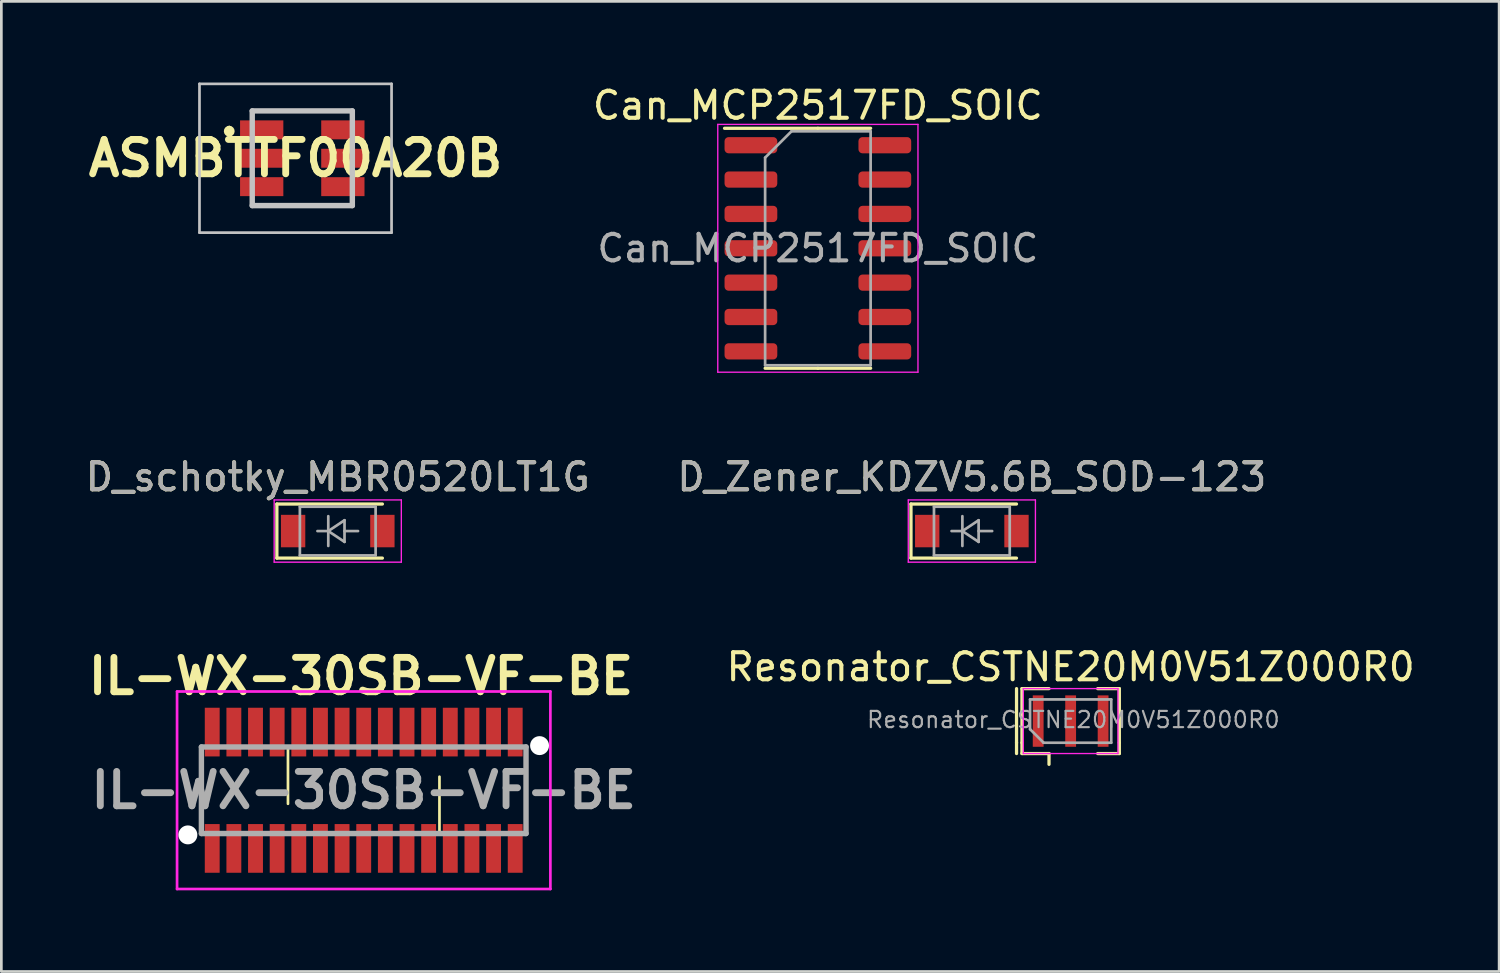
<source format=kicad_pcb>
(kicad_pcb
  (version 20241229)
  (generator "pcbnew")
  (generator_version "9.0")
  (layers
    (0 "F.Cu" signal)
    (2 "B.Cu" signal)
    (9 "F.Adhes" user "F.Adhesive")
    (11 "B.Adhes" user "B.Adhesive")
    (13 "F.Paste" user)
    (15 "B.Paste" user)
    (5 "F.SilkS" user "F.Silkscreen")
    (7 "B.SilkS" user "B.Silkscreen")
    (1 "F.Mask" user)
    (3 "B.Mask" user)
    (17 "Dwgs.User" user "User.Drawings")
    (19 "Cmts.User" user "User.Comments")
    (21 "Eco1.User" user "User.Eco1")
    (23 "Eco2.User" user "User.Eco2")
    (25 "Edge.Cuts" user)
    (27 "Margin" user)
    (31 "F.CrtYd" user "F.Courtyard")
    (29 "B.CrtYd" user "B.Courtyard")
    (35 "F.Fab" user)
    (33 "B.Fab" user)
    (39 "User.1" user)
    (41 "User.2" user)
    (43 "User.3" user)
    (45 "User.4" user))
  (footprint "Resonator_CSTNE20M0V51Z000R0"
    (layer "F.Cu")
    (at 36.527 23.605)
    (property "Reference" "Resonator_CSTNE20M0V51Z000R0" (at 0 -2 0) (layer "F.SilkS") (effects (font (size 1 1) (thickness 0.15))))
    (attr smd)
    (fp_line (start -2 -1.2) (end -2 0.8) (stroke (width 0.12) (type solid)) (layer "F.SilkS"))
    (fp_line (start -2 0.8) (end -2 1.2) (stroke (width 0.12) (type solid)) (layer "F.SilkS"))
    (fp_line (start -1.8 -1.2) (end -0.8 -1.2) (stroke (width 0.12) (type solid)) (layer "F.SilkS"))
    (fp_line (start -1.8 0.8) (end -1.8 -1.2) (stroke (width 0.12) (type solid)) (layer "F.SilkS"))
    (fp_line (start -1.8 0.8) (end -1.8 1.2) (stroke (width 0.12) (type solid)) (layer "F.SilkS"))
    (fp_line (start -0.8 1.2) (end -1.8 1.2) (stroke (width 0.12) (type solid)) (layer "F.SilkS"))
    (fp_line (start -0.8 1.2) (end -0.8 1.6) (stroke (width 0.12) (type solid)) (layer "F.SilkS"))
    (fp_line (start 1 -1.2) (end 1.8 -1.2) (stroke (width 0.12) (type solid)) (layer "F.SilkS"))
    (fp_line (start 1.8 -1.2) (end 1.8 0.8) (stroke (width 0.12) (type solid)) (layer "F.SilkS"))
    (fp_line (start 1.8 0.8) (end 1.8 1.2) (stroke (width 0.12) (type solid)) (layer "F.SilkS"))
    (fp_line (start 1.8 1.2) (end 1 1.2) (stroke (width 0.12) (type solid)) (layer "F.SilkS"))
    (fp_line (start -1.75 -1.2) (end 1.75 -1.2) (stroke (width 0.05) (type solid)) (layer "F.CrtYd"))
    (fp_line (start -1.75 1.2) (end -1.75 -1.2) (stroke (width 0.05) (type solid)) (layer "F.CrtYd"))
    (fp_line (start 1.75 -1.2) (end 1.75 1.2) (stroke (width 0.05) (type solid)) (layer "F.CrtYd"))
    (fp_line (start 1.75 1.2) (end -1.75 1.2) (stroke (width 0.05) (type solid)) (layer "F.CrtYd"))
    (fp_line (start -1.5 0.3) (end -1.5 -0.8) (stroke (width 0.1) (type solid)) (layer "F.Fab"))
    (fp_line (start -1 0.8) (end -1.5 0.3) (stroke (width 0.1) (type solid)) (layer "F.Fab"))
    (fp_line (start -1 0.8) (end 1.5 0.8) (stroke (width 0.1) (type solid)) (layer "F.Fab"))
    (fp_line (start 1.5 -0.8) (end -1.5 -0.8) (stroke (width 0.1) (type solid)) (layer "F.Fab"))
    (fp_line (start 1.5 0.8) (end 1.5 -0.8) (stroke (width 0.1) (type solid)) (layer "F.Fab"))
    (fp_text user "${REFERENCE}" (at 0.1 -0.05 0) (layer "F.Fab") (effects (font (size 0.6 0.6) (thickness 0.08))))
    (pad "1" smd rect (at -1.2 0) (size 0.4 1.9) (layers "F.Cu" "F.Mask" "F.Paste"))
    (pad "2" smd rect (at 0 0) (size 0.4 1.9) (layers "F.Cu" "F.Mask" "F.Paste"))
    (pad "3" smd rect (at 1.2 0) (size 0.4 1.9) (layers "F.Cu" "F.Mask" "F.Paste")))
  (footprint "ASMBTTF00A20B"
    (layer "F.Cu")
    (at 8.124 2.8)
    (property "Reference" "ASMBTTF00A20B" (at -0.25 0 0) (layer "F.SilkS") (effects (font (size 1.27 1.27) (thickness 0.254))))
    (attr smd)
    (fp_line (start -2.7 -1.1) (end -2.7 -1.1) (stroke (width 0.2) (type solid)) (layer "F.SilkS"))
    (fp_line (start -2.7 -0.9) (end -2.7 -0.9) (stroke (width 0.2) (type solid)) (layer "F.SilkS"))
    (fp_line (start -1.85 -1.75) (end 1.85 -1.75) (stroke (width 0.1) (type solid)) (layer "F.SilkS"))
    (fp_line (start -1.85 1.75) (end 1.85 1.75) (stroke (width 0.1) (type solid)) (layer "F.SilkS"))
    (fp_arc (start -2.7 -1.1) (mid -2.6 -1) (end -2.7 -0.9) (stroke (width 0.2) (type solid)) (layer "F.SilkS"))
    (fp_arc (start -2.7 -0.9) (mid -2.8 -1) (end -2.7 -1.1) (stroke (width 0.2) (type solid)) (layer "F.SilkS"))
    (fp_line (start -3.8 -2.75) (end 3.3 -2.75) (stroke (width 0.1) (type solid)) (layer "Dwgs.User"))
    (fp_line (start -3.8 2.75) (end -3.8 -2.75) (stroke (width 0.1) (type solid)) (layer "Dwgs.User"))
    (fp_line (start -1.85 -1.75) (end 1.85 -1.75) (stroke (width 0.2) (type solid)) (layer "Dwgs.User"))
    (fp_line (start -1.85 1.75) (end -1.85 -1.75) (stroke (width 0.2) (type solid)) (layer "Dwgs.User"))
    (fp_line (start 1.85 -1.75) (end 1.85 1.75) (stroke (width 0.2) (type solid)) (layer "Dwgs.User"))
    (fp_line (start 1.85 1.75) (end -1.85 1.75) (stroke (width 0.2) (type solid)) (layer "Dwgs.User"))
    (fp_line (start 3.3 -2.75) (end 3.3 2.75) (stroke (width 0.1) (type solid)) (layer "Dwgs.User"))
    (fp_line (start 3.3 2.75) (end -3.8 2.75) (stroke (width 0.1) (type solid)) (layer "Dwgs.User"))
    (pad "1" smd rect (at -1.5 -1.05 90) (size 0.7 1.6) (layers "F.Cu" "F.Mask" "F.Paste"))
    (pad "2" smd rect (at 1.5 -1.05 90) (size 0.7 1.6) (layers "F.Cu" "F.Mask" "F.Paste"))
    (pad "3" smd rect (at -1.5 0 90) (size 0.7 1.6) (layers "F.Cu" "F.Mask" "F.Paste"))
    (pad "4" smd rect (at 1.5 0 90) (size 0.7 1.6) (layers "F.Cu" "F.Mask" "F.Paste"))
    (pad "5" smd rect (at -1.5 1.05 90) (size 0.7 1.6) (layers "F.Cu" "F.Mask" "F.Paste"))
    (pad "6" smd rect (at 1.5 1.05 90) (size 0.7 1.6) (layers "F.Cu" "F.Mask" "F.Paste")))
  (footprint "D_Zener_KDZV5.6B_SOD-123"
    (layer "F.Cu")
    (at 32.875 16.581)
    (property "Reference" "D_Zener_KDZV5.6B_SOD-123" (at 0 -2 0) (layer "F.SilkS") (effects (font (size 1 1) (thickness 0.15))))
    (attr smd)
    (fp_line (start -2.25 -1) (end -2.25 1) (stroke (width 0.12) (type solid)) (layer "F.SilkS"))
    (fp_line (start -2.25 -1) (end 1.65 -1) (stroke (width 0.12) (type solid)) (layer "F.SilkS"))
    (fp_line (start -2.25 1) (end 1.65 1) (stroke (width 0.12) (type solid)) (layer "F.SilkS"))
    (fp_line (start -2.35 -1.15) (end -2.35 1.15) (stroke (width 0.05) (type solid)) (layer "F.CrtYd"))
    (fp_line (start -2.35 -1.15) (end 2.35 -1.15) (stroke (width 0.05) (type solid)) (layer "F.CrtYd"))
    (fp_line (start 2.35 -1.15) (end 2.35 1.15) (stroke (width 0.05) (type solid)) (layer "F.CrtYd"))
    (fp_line (start 2.35 1.15) (end -2.35 1.15) (stroke (width 0.05) (type solid)) (layer "F.CrtYd"))
    (fp_line (start -1.4 -0.9) (end 1.4 -0.9) (stroke (width 0.1) (type solid)) (layer "F.Fab"))
    (fp_line (start -1.4 0.9) (end -1.4 -0.9) (stroke (width 0.1) (type solid)) (layer "F.Fab"))
    (fp_line (start -0.75 0) (end -0.35 0) (stroke (width 0.1) (type solid)) (layer "F.Fab"))
    (fp_line (start -0.35 0) (end -0.35 -0.55) (stroke (width 0.1) (type solid)) (layer "F.Fab"))
    (fp_line (start -0.35 0) (end -0.35 0.55) (stroke (width 0.1) (type solid)) (layer "F.Fab"))
    (fp_line (start -0.35 0) (end 0.25 -0.4) (stroke (width 0.1) (type solid)) (layer "F.Fab"))
    (fp_line (start 0.25 -0.4) (end 0.25 0.4) (stroke (width 0.1) (type solid)) (layer "F.Fab"))
    (fp_line (start 0.25 0) (end 0.75 0) (stroke (width 0.1) (type solid)) (layer "F.Fab"))
    (fp_line (start 0.25 0.4) (end -0.35 0) (stroke (width 0.1) (type solid)) (layer "F.Fab"))
    (fp_line (start 1.4 -0.9) (end 1.4 0.9) (stroke (width 0.1) (type solid)) (layer "F.Fab"))
    (fp_line (start 1.4 0.9) (end -1.4 0.9) (stroke (width 0.1) (type solid)) (layer "F.Fab"))
    (fp_text user "${REFERENCE}" (at 0 -2 0) (layer "F.Fab") (effects (font (size 1 1) (thickness 0.15))))
    (pad "1" smd rect (at -1.65 0) (size 0.9 1.2) (layers "F.Cu" "F.Mask" "F.Paste"))
    (pad "2" smd rect (at 1.65 0) (size 0.9 1.2) (layers "F.Cu" "F.Mask" "F.Paste")))
  (footprint "D_schotky_MBR0520LT1G"
    (layer "F.Cu")
    (at 9.435 16.581)
    (property "Reference" "D_schotky_MBR0520LT1G" (at 0 -2 0) (layer "F.SilkS") (effects (font (size 1 1) (thickness 0.15))))
    (attr smd)
    (fp_line (start -2.25 -1) (end -2.25 1) (stroke (width 0.12) (type solid)) (layer "F.SilkS"))
    (fp_line (start -2.25 -1) (end 1.65 -1) (stroke (width 0.12) (type solid)) (layer "F.SilkS"))
    (fp_line (start -2.25 1) (end 1.65 1) (stroke (width 0.12) (type solid)) (layer "F.SilkS"))
    (fp_line (start -2.35 -1.15) (end -2.35 1.15) (stroke (width 0.05) (type solid)) (layer "F.CrtYd"))
    (fp_line (start -2.35 -1.15) (end 2.35 -1.15) (stroke (width 0.05) (type solid)) (layer "F.CrtYd"))
    (fp_line (start 2.35 -1.15) (end 2.35 1.15) (stroke (width 0.05) (type solid)) (layer "F.CrtYd"))
    (fp_line (start 2.35 1.15) (end -2.35 1.15) (stroke (width 0.05) (type solid)) (layer "F.CrtYd"))
    (fp_line (start -1.4 -0.9) (end 1.4 -0.9) (stroke (width 0.1) (type solid)) (layer "F.Fab"))
    (fp_line (start -1.4 0.9) (end -1.4 -0.9) (stroke (width 0.1) (type solid)) (layer "F.Fab"))
    (fp_line (start -0.75 0) (end -0.35 0) (stroke (width 0.1) (type solid)) (layer "F.Fab"))
    (fp_line (start -0.35 0) (end -0.35 -0.55) (stroke (width 0.1) (type solid)) (layer "F.Fab"))
    (fp_line (start -0.35 0) (end -0.35 0.55) (stroke (width 0.1) (type solid)) (layer "F.Fab"))
    (fp_line (start -0.35 0) (end 0.25 -0.4) (stroke (width 0.1) (type solid)) (layer "F.Fab"))
    (fp_line (start 0.25 -0.4) (end 0.25 0.4) (stroke (width 0.1) (type solid)) (layer "F.Fab"))
    (fp_line (start 0.25 0) (end 0.75 0) (stroke (width 0.1) (type solid)) (layer "F.Fab"))
    (fp_line (start 0.25 0.4) (end -0.35 0) (stroke (width 0.1) (type solid)) (layer "F.Fab"))
    (fp_line (start 1.4 -0.9) (end 1.4 0.9) (stroke (width 0.1) (type solid)) (layer "F.Fab"))
    (fp_line (start 1.4 0.9) (end -1.4 0.9) (stroke (width 0.1) (type solid)) (layer "F.Fab"))
    (fp_text user "${REFERENCE}" (at 0 -2 0) (layer "F.Fab") (effects (font (size 1 1) (thickness 0.15))))
    (pad "1" smd rect (at -1.65 0) (size 0.9 1.2) (layers "F.Cu" "F.Mask" "F.Paste"))
    (pad "2" smd rect (at 1.65 0) (size 0.9 1.2) (layers "F.Cu" "F.Mask" "F.Paste")))
  (footprint "Can_MCP2517FD_SOIC"
    (layer "F.Cu")
    (at 27.183 6.128)
    (property "Reference" "Can_MCP2517FD_SOIC" (at 0 -5.28 0) (layer "F.SilkS") (effects (font (size 1 1) (thickness 0.15))))
    (attr smd)
    (fp_line (start 0 -4.435) (end -3.45 -4.435) (stroke (width 0.12) (type solid)) (layer "F.SilkS"))
    (fp_line (start 0 -4.435) (end 1.95 -4.435) (stroke (width 0.12) (type solid)) (layer "F.SilkS"))
    (fp_line (start 0 4.435) (end -1.95 4.435) (stroke (width 0.12) (type solid)) (layer "F.SilkS"))
    (fp_line (start 0 4.435) (end 1.95 4.435) (stroke (width 0.12) (type solid)) (layer "F.SilkS"))
    (fp_line (start -3.7 -4.58) (end -3.7 4.58) (stroke (width 0.05) (type solid)) (layer "F.CrtYd"))
    (fp_line (start -3.7 4.58) (end 3.7 4.58) (stroke (width 0.05) (type solid)) (layer "F.CrtYd"))
    (fp_line (start 3.7 -4.58) (end -3.7 -4.58) (stroke (width 0.05) (type solid)) (layer "F.CrtYd"))
    (fp_line (start 3.7 4.58) (end 3.7 -4.58) (stroke (width 0.05) (type solid)) (layer "F.CrtYd"))
    (fp_line (start -1.95 -3.35) (end -0.975 -4.325) (stroke (width 0.1) (type solid)) (layer "F.Fab"))
    (fp_line (start -1.95 4.325) (end -1.95 -3.35) (stroke (width 0.1) (type solid)) (layer "F.Fab"))
    (fp_line (start -0.975 -4.325) (end 1.95 -4.325) (stroke (width 0.1) (type solid)) (layer "F.Fab"))
    (fp_line (start 1.95 -4.325) (end 1.95 4.325) (stroke (width 0.1) (type solid)) (layer "F.Fab"))
    (fp_line (start 1.95 4.325) (end -1.95 4.325) (stroke (width 0.1) (type solid)) (layer "F.Fab"))
    (fp_text user "${REFERENCE}" (at 0 0 0) (layer "F.Fab") (effects (font (size 0.98 0.98) (thickness 0.15))))
    (pad "1" smd roundrect (at -2.475 -3.81) (size 1.95 0.6) (layers "F.Cu" "F.Mask" "F.Paste") (roundrect_rratio 0.25))
    (pad "2" smd roundrect (at -2.475 -2.54) (size 1.95 0.6) (layers "F.Cu" "F.Mask" "F.Paste") (roundrect_rratio 0.25))
    (pad "3" smd roundrect (at -2.475 -1.27) (size 1.95 0.6) (layers "F.Cu" "F.Mask" "F.Paste") (roundrect_rratio 0.25))
    (pad "4" smd roundrect (at -2.475 0) (size 1.95 0.6) (layers "F.Cu" "F.Mask" "F.Paste") (roundrect_rratio 0.25))
    (pad "5" smd roundrect (at -2.475 1.27) (size 1.95 0.6) (layers "F.Cu" "F.Mask" "F.Paste") (roundrect_rratio 0.25))
    (pad "6" smd roundrect (at -2.475 2.54) (size 1.95 0.6) (layers "F.Cu" "F.Mask" "F.Paste") (roundrect_rratio 0.25))
    (pad "7" smd roundrect (at -2.475 3.81) (size 1.95 0.6) (layers "F.Cu" "F.Mask" "F.Paste") (roundrect_rratio 0.25))
    (pad "8" smd roundrect (at 2.475 3.81) (size 1.95 0.6) (layers "F.Cu" "F.Mask" "F.Paste") (roundrect_rratio 0.25))
    (pad "9" smd roundrect (at 2.475 2.54) (size 1.95 0.6) (layers "F.Cu" "F.Mask" "F.Paste") (roundrect_rratio 0.25))
    (pad "10" smd roundrect (at 2.475 1.27) (size 1.95 0.6) (layers "F.Cu" "F.Mask" "F.Paste") (roundrect_rratio 0.25))
    (pad "11" smd roundrect (at 2.475 0) (size 1.95 0.6) (layers "F.Cu" "F.Mask" "F.Paste") (roundrect_rratio 0.25))
    (pad "12" smd roundrect (at 2.475 -1.27) (size 1.95 0.6) (layers "F.Cu" "F.Mask" "F.Paste") (roundrect_rratio 0.25))
    (pad "13" smd roundrect (at 2.475 -2.54) (size 1.95 0.6) (layers "F.Cu" "F.Mask" "F.Paste") (roundrect_rratio 0.25))
    (pad "14" smd roundrect (at 2.475 -3.81) (size 1.95 0.6) (layers "F.Cu" "F.Mask" "F.Paste") (roundrect_rratio 0.25)))
  (footprint "IL-WX-30SB-VF-BE"
    (layer "F.Cu")
    (at 10.395 26.162)
    (property "Reference" "IL-WX-30SB-VF-BE" (at -0.102 -4.216 180) (layer "F.SilkS") (effects (font (size 1.27 1.27) (thickness 0.254))))
    (attr through_hole)
    (fp_line (start -2.8 -1.6) (end -2.8 0.5) (stroke (width 0.1) (type solid)) (layer "F.SilkS"))
    (fp_line (start -2 -1.6) (end -2.8 -1.6) (stroke (width 0.1) (type solid)) (layer "F.SilkS"))
    (fp_line (start 2.8 -0.5) (end 2.8 1.6) (stroke (width 0.1) (type solid)) (layer "F.SilkS"))
    (fp_line (start 2.8 1.6) (end 2 1.6) (stroke (width 0.1) (type solid)) (layer "F.SilkS"))
    (fp_line (start -6.9 -3.65) (end 6.9 -3.65) (stroke (width 0.1) (type solid)) (layer "F.CrtYd"))
    (fp_line (start -6.9 3.65) (end -6.9 -3.65) (stroke (width 0.1) (type solid)) (layer "F.CrtYd"))
    (fp_line (start 6.9 -3.65) (end 6.9 3.65) (stroke (width 0.1) (type solid)) (layer "F.CrtYd"))
    (fp_line (start 6.9 3.65) (end -6.9 3.65) (stroke (width 0.1) (type solid)) (layer "F.CrtYd"))
    (fp_line (start -6 -1.6) (end 6 -1.6) (stroke (width 0.2) (type solid)) (layer "F.Fab"))
    (fp_line (start -6 1.6) (end -6 -1.6) (stroke (width 0.2) (type solid)) (layer "F.Fab"))
    (fp_line (start 6 -1.6) (end 6 1.6) (stroke (width 0.2) (type solid)) (layer "F.Fab"))
    (fp_line (start 6 1.6) (end -6 1.6) (stroke (width 0.2) (type solid)) (layer "F.Fab"))
    (fp_text user "${REFERENCE}" (at 0 0 180) (layer "F.Fab") (effects (font (size 1.27 1.27) (thickness 0.254))))
    (pad "" np_thru_hole circle (at -6.5 1.65) (size 0.7 0.7) (drill 0.7) (layers "*.Cu" "*.Mask"))
    (pad "" np_thru_hole circle (at 6.5 -1.65) (size 0.7 0.7) (drill 0.7) (layers "*.Cu" "*.Mask"))
    (pad "1" smd rect (at -5.6 2.15) (size 0.55 1.8) (layers "F.Cu" "F.Mask" "F.Paste"))
    (pad "2" smd rect (at -5.6 -2.15) (size 0.55 1.8) (layers "F.Cu" "F.Mask" "F.Paste"))
    (pad "3" smd rect (at -4.8 2.15) (size 0.55 1.8) (layers "F.Cu" "F.Mask" "F.Paste"))
    (pad "4" smd rect (at -4.8 -2.15) (size 0.55 1.8) (layers "F.Cu" "F.Mask" "F.Paste"))
    (pad "5" smd rect (at -4 2.15) (size 0.55 1.8) (layers "F.Cu" "F.Mask" "F.Paste"))
    (pad "6" smd rect (at -4 -2.15) (size 0.55 1.8) (layers "F.Cu" "F.Mask" "F.Paste"))
    (pad "7" smd rect (at -3.2 2.15) (size 0.55 1.8) (layers "F.Cu" "F.Mask" "F.Paste"))
    (pad "8" smd rect (at -3.2 -2.15) (size 0.55 1.8) (layers "F.Cu" "F.Mask" "F.Paste"))
    (pad "9" smd rect (at -2.4 2.15) (size 0.55 1.8) (layers "F.Cu" "F.Mask" "F.Paste"))
    (pad "10" smd rect (at -2.4 -2.15) (size 0.55 1.8) (layers "F.Cu" "F.Mask" "F.Paste"))
    (pad "11" smd rect (at -1.6 2.15) (size 0.55 1.8) (layers "F.Cu" "F.Mask" "F.Paste"))
    (pad "12" smd rect (at -1.6 -2.15) (size 0.55 1.8) (layers "F.Cu" "F.Mask" "F.Paste"))
    (pad "13" smd rect (at -0.8 2.15) (size 0.55 1.8) (layers "F.Cu" "F.Mask" "F.Paste"))
    (pad "14" smd rect (at -0.8 -2.15) (size 0.55 1.8) (layers "F.Cu" "F.Mask" "F.Paste"))
    (pad "15" smd rect (at 0 2.15) (size 0.55 1.8) (layers "F.Cu" "F.Mask" "F.Paste"))
    (pad "16" smd rect (at 0 -2.15) (size 0.55 1.8) (layers "F.Cu" "F.Mask" "F.Paste"))
    (pad "17" smd rect (at 0.8 2.15) (size 0.55 1.8) (layers "F.Cu" "F.Mask" "F.Paste"))
    (pad "18" smd rect (at 0.8 -2.15) (size 0.55 1.8) (layers "F.Cu" "F.Mask" "F.Paste"))
    (pad "19" smd rect (at 1.6 2.15) (size 0.55 1.8) (layers "F.Cu" "F.Mask" "F.Paste"))
    (pad "20" smd rect (at 1.6 -2.15) (size 0.55 1.8) (layers "F.Cu" "F.Mask" "F.Paste"))
    (pad "21" smd rect (at 2.4 2.15) (size 0.55 1.8) (layers "F.Cu" "F.Mask" "F.Paste"))
    (pad "22" smd rect (at 2.4 -2.15) (size 0.55 1.8) (layers "F.Cu" "F.Mask" "F.Paste"))
    (pad "23" smd rect (at 3.2 2.15) (size 0.55 1.8) (layers "F.Cu" "F.Mask" "F.Paste"))
    (pad "24" smd rect (at 3.2 -2.15) (size 0.55 1.8) (layers "F.Cu" "F.Mask" "F.Paste"))
    (pad "25" smd rect (at 4 2.15) (size 0.55 1.8) (layers "F.Cu" "F.Mask" "F.Paste"))
    (pad "26" smd rect (at 4 -2.15) (size 0.55 1.8) (layers "F.Cu" "F.Mask" "F.Paste"))
    (pad "27" smd rect (at 4.8 2.15) (size 0.55 1.8) (layers "F.Cu" "F.Mask" "F.Paste"))
    (pad "28" smd rect (at 4.8 -2.15) (size 0.55 1.8) (layers "F.Cu" "F.Mask" "F.Paste"))
    (pad "29" smd rect (at 5.6 2.15) (size 0.55 1.8) (layers "F.Cu" "F.Mask" "F.Paste"))
    (pad "30" smd rect (at 5.6 -2.15) (size 0.55 1.8) (layers "F.Cu" "F.Mask" "F.Paste")))
  (gr_rect
    (start -3 -3)
    (end 52.366 32.862)
    (stroke (width 0.1) (type default))
    (fill no)
    (layer "Edge.Cuts")))
</source>
